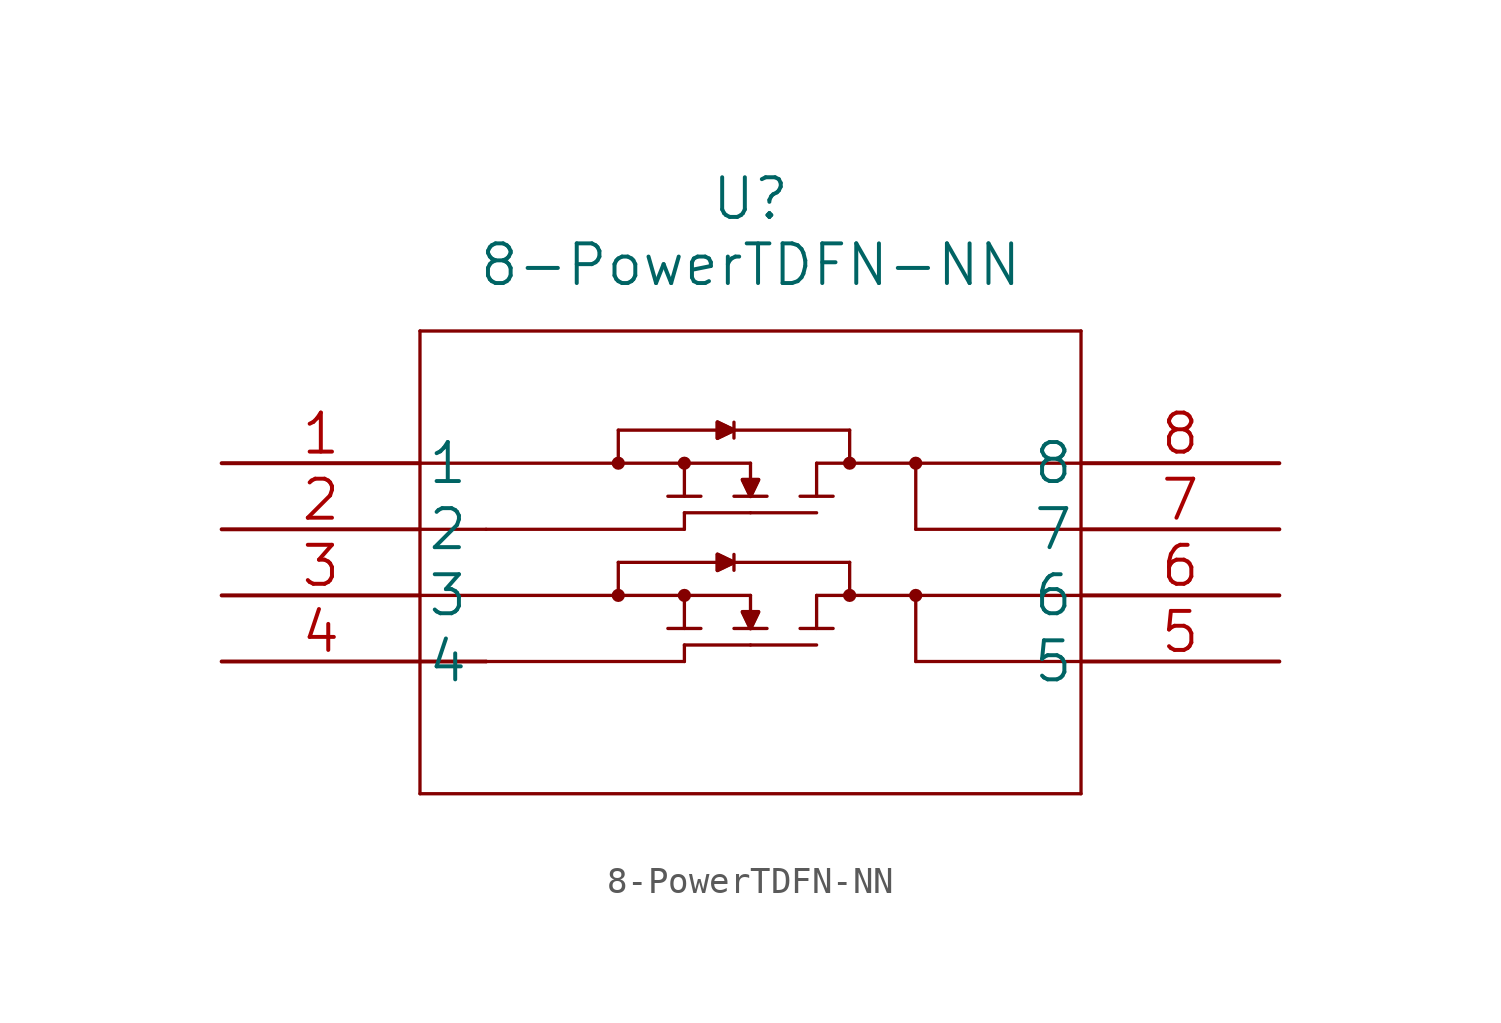
<source format=kicad_sym>
(kicad_symbol_lib
  (version 20211014)
  (generator kicad_symbol_editor)
  (symbol "8-PowerTDFN-NN"
    (pin_names
      (offset 0.254))
    (property "Reference" "U"
      (at 20.32 10.16 0)
      (effects (font (size 1.524 1.524))))
    (property "Value" "8-PowerTDFN-NN"
      (at 20.32 7.62 0)
      (effects (font (size 1.524 1.524))))
    (property "Datasheet" ""
      (at 0 0 0)
      (effects (font (size 1.524 1.524))))
    (property "ki_locked" ""
      (at 0 0 0)
      (effects (font (size 1.27 1.27))))
    (symbol "8-PowerTDFN-NN_1_1"
      (polyline (pts (xy 7.62 -12.7) (xy 33.02 -12.7)) (stroke (width 0.127) (type default) (color 0 0 0 0)) (fill (type none)))
      (polyline (pts (xy 7.62 5.08) (xy 7.62 -12.7)) (stroke (width 0.127) (type default) (color 0 0 0 0)) (fill (type none)))
      (polyline (pts (xy 10.16 -2.54) (xy 7.62 -2.54)) (stroke (width 0.127) (type default) (color 0 0 0 0)) (fill (type none)))
      (polyline (pts (xy 15.24 -5.08) (xy 15.24 -3.81)) (stroke (width 0.127) (type default) (color 0 0 0 0)) (fill (type none)))
      (polyline (pts (xy 15.24 -3.81) (xy 24.13 -3.81)) (stroke (width 0.127) (type default) (color 0 0 0 0)) (fill (type none)))
      (polyline (pts (xy 15.24 0) (xy 15.24 1.27)) (stroke (width 0.127) (type default) (color 0 0 0 0)) (fill (type none)))
      (polyline (pts (xy 15.24 1.27) (xy 24.13 1.27)) (stroke (width 0.127) (type default) (color 0 0 0 0)) (fill (type none)))
      (polyline (pts (xy 17.145 -6.35) (xy 18.415 -6.35)) (stroke (width 0.127) (type default) (color 0 0 0 0)) (fill (type none)))
      (polyline (pts (xy 17.145 -1.27) (xy 18.415 -1.27)) (stroke (width 0.127) (type default) (color 0 0 0 0)) (fill (type none)))
      (polyline (pts (xy 17.78 -7.62) (xy 10.16 -7.62)) (stroke (width 0.127) (type default) (color 0 0 0 0)) (fill (type none)))
      (polyline (pts (xy 17.78 -7.62) (xy 17.78 -6.985)) (stroke (width 0.127) (type default) (color 0 0 0 0)) (fill (type none)))
      (polyline (pts (xy 17.78 -6.985) (xy 20.32 -6.985)) (stroke (width 0.127) (type default) (color 0 0 0 0)) (fill (type none)))
      (polyline (pts (xy 17.78 -5.08) (xy 17.78 -6.35)) (stroke (width 0.127) (type default) (color 0 0 0 0)) (fill (type none)))
      (polyline (pts (xy 17.78 -2.54) (xy 10.16 -2.54)) (stroke (width 0.127) (type default) (color 0 0 0 0)) (fill (type none)))
      (polyline (pts (xy 17.78 -2.54) (xy 17.78 -1.905)) (stroke (width 0.127) (type default) (color 0 0 0 0)) (fill (type none)))
      (polyline (pts (xy 17.78 -1.905) (xy 20.32 -1.905)) (stroke (width 0.127) (type default) (color 0 0 0 0)) (fill (type none)))
      (polyline (pts (xy 17.78 0) (xy 17.78 -1.27)) (stroke (width 0.127) (type default) (color 0 0 0 0)) (fill (type none)))
      (polyline (pts (xy 19.05 -4.115) (xy 19.685 -3.81)) (stroke (width 0.127) (type default) (color 0 0 0 0)) (fill (type none)))
      (polyline (pts (xy 19.05 -3.505) (xy 19.05 -4.115)) (stroke (width 0.127) (type default) (color 0 0 0 0)) (fill (type none)))
      (polyline (pts (xy 19.05 0.965) (xy 19.685 1.27)) (stroke (width 0.127) (type default) (color 0 0 0 0)) (fill (type none)))
      (polyline (pts (xy 19.05 1.575) (xy 19.05 0.965)) (stroke (width 0.127) (type default) (color 0 0 0 0)) (fill (type none)))
      (polyline (pts (xy 19.685 -6.35) (xy 20.955 -6.35)) (stroke (width 0.127) (type default) (color 0 0 0 0)) (fill (type none)))
      (polyline (pts (xy 19.685 -3.81) (xy 19.05 -3.505)) (stroke (width 0.127) (type default) (color 0 0 0 0)) (fill (type none)))
      (polyline (pts (xy 19.685 -3.505) (xy 19.685 -4.115)) (stroke (width 0.127) (type default) (color 0 0 0 0)) (fill (type none)))
      (polyline (pts (xy 19.685 -1.27) (xy 20.955 -1.27)) (stroke (width 0.127) (type default) (color 0 0 0 0)) (fill (type none)))
      (polyline (pts (xy 19.685 1.27) (xy 19.05 1.575)) (stroke (width 0.127) (type default) (color 0 0 0 0)) (fill (type none)))
      (polyline (pts (xy 19.685 1.575) (xy 19.685 0.965)) (stroke (width 0.127) (type default) (color 0 0 0 0)) (fill (type none)))
      (polyline (pts (xy 20.015 -5.715) (xy 20.32 -6.35)) (stroke (width 0.127) (type default) (color 0 0 0 0)) (fill (type none)))
      (polyline (pts (xy 20.015 -5.715) (xy 20.625 -5.715)) (stroke (width 0.127) (type default) (color 0 0 0 0)) (fill (type none)))
      (polyline (pts (xy 20.015 -0.635) (xy 20.32 -1.27)) (stroke (width 0.127) (type default) (color 0 0 0 0)) (fill (type none)))
      (polyline (pts (xy 20.015 -0.635) (xy 20.625 -0.635)) (stroke (width 0.127) (type default) (color 0 0 0 0)) (fill (type none)))
      (polyline (pts (xy 20.32 -6.985) (xy 22.86 -6.985)) (stroke (width 0.127) (type default) (color 0 0 0 0)) (fill (type none)))
      (polyline (pts (xy 20.32 -5.08) (xy 7.62 -5.08)) (stroke (width 0.127) (type default) (color 0 0 0 0)) (fill (type none)))
      (polyline (pts (xy 20.32 -5.08) (xy 20.32 -5.715)) (stroke (width 0.127) (type default) (color 0 0 0 0)) (fill (type none)))
      (polyline (pts (xy 20.32 -1.905) (xy 22.86 -1.905)) (stroke (width 0.127) (type default) (color 0 0 0 0)) (fill (type none)))
      (polyline (pts (xy 20.32 0) (xy 7.62 0)) (stroke (width 0.127) (type default) (color 0 0 0 0)) (fill (type none)))
      (polyline (pts (xy 20.32 0) (xy 20.32 -0.635)) (stroke (width 0.127) (type default) (color 0 0 0 0)) (fill (type none)))
      (polyline (pts (xy 20.625 -5.715) (xy 20.32 -6.35)) (stroke (width 0.127) (type default) (color 0 0 0 0)) (fill (type none)))
      (polyline (pts (xy 20.625 -0.635) (xy 20.32 -1.27)) (stroke (width 0.127) (type default) (color 0 0 0 0)) (fill (type none)))
      (polyline (pts (xy 22.225 -6.35) (xy 23.495 -6.35)) (stroke (width 0.127) (type default) (color 0 0 0 0)) (fill (type none)))
      (polyline (pts (xy 22.225 -1.27) (xy 23.495 -1.27)) (stroke (width 0.127) (type default) (color 0 0 0 0)) (fill (type none)))
      (polyline (pts (xy 22.86 -5.08) (xy 22.86 -6.35)) (stroke (width 0.127) (type default) (color 0 0 0 0)) (fill (type none)))
      (polyline (pts (xy 22.86 -5.08) (xy 33.02 -5.08)) (stroke (width 0.127) (type default) (color 0 0 0 0)) (fill (type none)))
      (polyline (pts (xy 22.86 0) (xy 22.86 -1.27)) (stroke (width 0.127) (type default) (color 0 0 0 0)) (fill (type none)))
      (polyline (pts (xy 22.86 0) (xy 33.02 0)) (stroke (width 0.127) (type default) (color 0 0 0 0)) (fill (type none)))
      (polyline (pts (xy 24.13 -3.81) (xy 24.13 -5.08)) (stroke (width 0.127) (type default) (color 0 0 0 0)) (fill (type none)))
      (polyline (pts (xy 24.13 1.27) (xy 24.13 0)) (stroke (width 0.127) (type default) (color 0 0 0 0)) (fill (type none)))
      (polyline (pts (xy 26.67 -7.62) (xy 33.02 -7.62)) (stroke (width 0.127) (type default) (color 0 0 0 0)) (fill (type none)))
      (polyline (pts (xy 26.67 -5.08) (xy 26.67 -7.62)) (stroke (width 0.127) (type default) (color 0 0 0 0)) (fill (type none)))
      (polyline (pts (xy 26.67 -2.54) (xy 33.02 -2.54)) (stroke (width 0.127) (type default) (color 0 0 0 0)) (fill (type none)))
      (polyline (pts (xy 26.67 0) (xy 26.67 -2.54)) (stroke (width 0.127) (type default) (color 0 0 0 0)) (fill (type none)))
      (polyline (pts (xy 33.02 -12.7) (xy 33.02 5.08)) (stroke (width 0.127) (type default) (color 0 0 0 0)) (fill (type none)))
      (polyline (pts (xy 33.02 5.08) (xy 7.62 5.08)) (stroke (width 0.127) (type default) (color 0 0 0 0)) (fill (type none)))
      (polyline (pts (xy 19.05 -3.505) (xy 19.685 -3.81) (xy 19.05 -4.115) (xy 19.05 -3.505)) (stroke (width 0) (type default) (color 0 0 0 0)) (fill (type outline)))
      (polyline (pts (xy 19.05 1.575) (xy 19.685 1.27) (xy 19.05 0.965) (xy 19.05 1.575)) (stroke (width 0) (type default) (color 0 0 0 0)) (fill (type outline)))
      (polyline (pts (xy 20.015 -5.715) (xy 20.625 -5.715) (xy 20.32 -6.35) (xy 20.015 -5.715)) (stroke (width 0) (type default) (color 0 0 0 0)) (fill (type outline)))
      (polyline (pts (xy 20.015 -0.635) (xy 20.625 -0.635) (xy 20.32 -1.27) (xy 20.015 -0.635)) (stroke (width 0) (type default) (color 0 0 0 0)) (fill (type outline)))
      (rectangle (start 10.16 -7.62) (end 7.62 -7.62) (stroke (width 0) (type default) (color 0 0 0 0)) (fill (type none)))
      (arc (start 15.113 -5.08) (mid 15.367 -5.08) (end 15.113 -5.08) (stroke (width 0.254) (type default) (color 0 0 0 0)) (fill (type none)))
      (arc (start 15.113 0) (mid 15.367 0) (end 15.113 0) (stroke (width 0.254) (type default) (color 0 0 0 0)) (fill (type none)))
      (circle (center 15.24 -5.08) (radius 0.127) (stroke (width 0.254) (type default) (color 0 0 0 0)) (fill (type none)))
      (circle (center 15.24 0) (radius 0.127) (stroke (width 0.254) (type default) (color 0 0 0 0)) (fill (type none)))
      (arc (start 17.653 -5.08) (mid 17.907 -5.08) (end 17.653 -5.08) (stroke (width 0.254) (type default) (color 0 0 0 0)) (fill (type none)))
      (arc (start 17.653 0) (mid 17.907 0) (end 17.653 0) (stroke (width 0.254) (type default) (color 0 0 0 0)) (fill (type none)))
      (circle (center 17.78 -5.08) (radius 0.127) (stroke (width 0.254) (type default) (color 0 0 0 0)) (fill (type none)))
      (circle (center 17.78 0) (radius 0.127) (stroke (width 0.254) (type default) (color 0 0 0 0)) (fill (type none)))
      (arc (start 24.003 -5.08) (mid 24.257 -5.08) (end 24.003 -5.08) (stroke (width 0.254) (type default) (color 0 0 0 0)) (fill (type none)))
      (arc (start 24.003 0) (mid 24.257 0) (end 24.003 0) (stroke (width 0.254) (type default) (color 0 0 0 0)) (fill (type none)))
      (circle (center 24.13 -5.08) (radius 0.127) (stroke (width 0.254) (type default) (color 0 0 0 0)) (fill (type none)))
      (circle (center 24.13 0) (radius 0.127) (stroke (width 0.254) (type default) (color 0 0 0 0)) (fill (type none)))
      (arc (start 26.543 -5.08) (mid 26.797 -5.08) (end 26.543 -5.08) (stroke (width 0.254) (type default) (color 0 0 0 0)) (fill (type none)))
      (arc (start 26.543 0) (mid 26.797 0) (end 26.543 0) (stroke (width 0.254) (type default) (color 0 0 0 0)) (fill (type none)))
      (circle (center 26.67 -5.08) (radius 0.127) (stroke (width 0.254) (type default) (color 0 0 0 0)) (fill (type none)))
      (circle (center 26.67 0) (radius 0.127) (stroke (width 0.254) (type default) (color 0 0 0 0)) (fill (type none)))
      (pin unspecified line (at 0 0 0) (length 7.62) (name "1" (effects (font (size 1.499 1.499)))) (number "1" (effects (font (size 1.499 1.499)))))
      (pin unspecified line (at 0 -2.54 0) (length 7.62) (name "2" (effects (font (size 1.499 1.499)))) (number "2" (effects (font (size 1.499 1.499)))))
      (pin unspecified line (at 0 -5.08 0) (length 7.62) (name "3" (effects (font (size 1.499 1.499)))) (number "3" (effects (font (size 1.499 1.499)))))
      (pin unspecified line (at 0 -7.62 0) (length 7.62) (name "4" (effects (font (size 1.499 1.499)))) (number "4" (effects (font (size 1.499 1.499)))))
      (pin unspecified line (at 40.64 -7.62 180) (length 7.62) (name "5" (effects (font (size 1.499 1.499)))) (number "5" (effects (font (size 1.499 1.499)))))
      (pin unspecified line (at 40.64 -5.08 180) (length 7.62) (name "6" (effects (font (size 1.499 1.499)))) (number "6" (effects (font (size 1.499 1.499)))))
      (pin unspecified line (at 40.64 -2.54 180) (length 7.62) (name "7" (effects (font (size 1.499 1.499)))) (number "7" (effects (font (size 1.499 1.499)))))
      (pin unspecified line (at 40.64 0 180) (length 7.62) (name "8" (effects (font (size 1.499 1.499)))) (number "8" (effects (font (size 1.499 1.499))))))))
</source>
